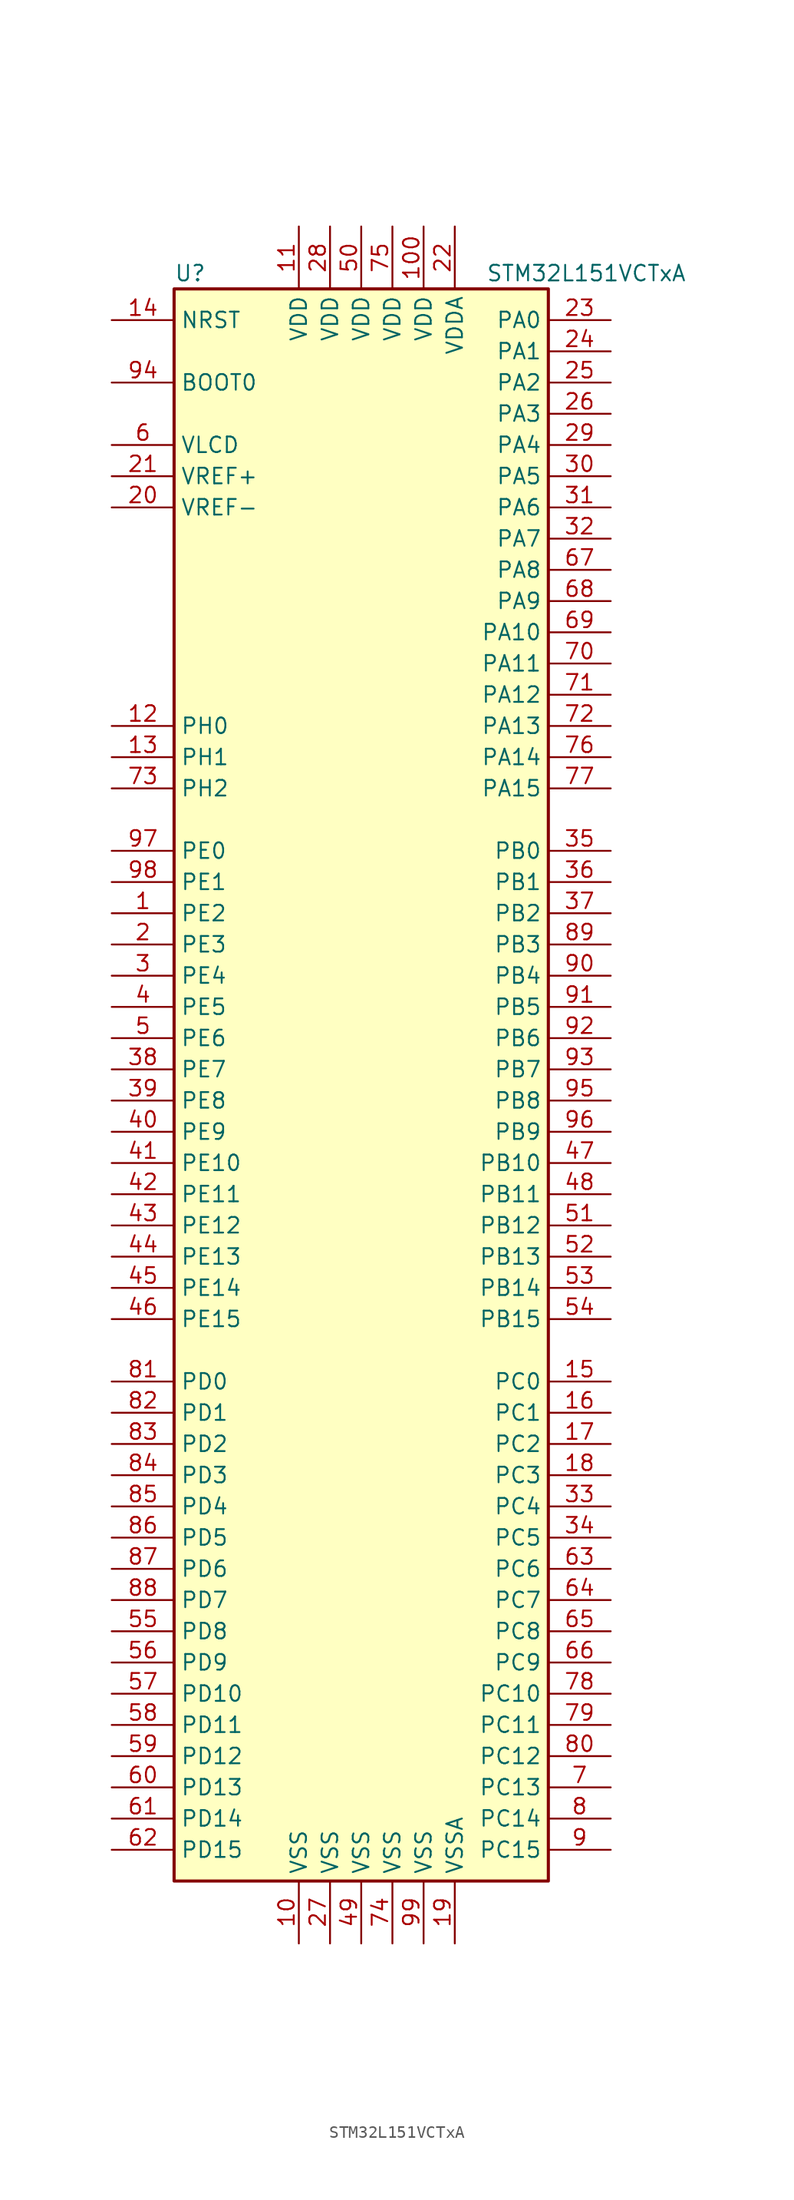
<source format=kicad_sym>
(kicad_symbol_lib
  (version 20201005)
  (generator kicad_symbol_editor)
  (symbol "STM32L151VCTxA"
    (property "Reference" "U"
      (at -15.24 64.77 0)
      (effects (font (size 1.27 1.27)) (justify left)))
    (property "Value" "STM32L151VCTxA"
      (at 10.16 64.77 0)
      (effects (font (size 1.27 1.27)) (justify left)))
    (symbol "STM32L151VCTxA_0_1"
      (rectangle (start -15.24 -66.04) (end 15.24 63.5) (stroke (width 0.254)) (fill (type background))))
    (symbol "STM32L151VCTxA_1_1"
      (pin input line (at -20.32 55.88 0) (length 5.08) (name "BOOT0" (effects (font (size 1.27 1.27)))) (number "94" (effects (font (size 1.27 1.27)))))
      (pin input line (at -20.32 60.96 0) (length 5.08) (name "NRST" (effects (font (size 1.27 1.27)))) (number "14" (effects (font (size 1.27 1.27)))))
      (pin bidirectional line (at 20.32 60.96 180) (length 5.08) (name "PA0" (effects (font (size 1.27 1.27)))) (number "23" (effects (font (size 1.27 1.27)))))
      (pin bidirectional line (at 20.32 58.42 180) (length 5.08) (name "PA1" (effects (font (size 1.27 1.27)))) (number "24" (effects (font (size 1.27 1.27)))))
      (pin bidirectional line (at 20.32 35.56 180) (length 5.08) (name "PA10" (effects (font (size 1.27 1.27)))) (number "69" (effects (font (size 1.27 1.27)))))
      (pin bidirectional line (at 20.32 33.02 180) (length 5.08) (name "PA11" (effects (font (size 1.27 1.27)))) (number "70" (effects (font (size 1.27 1.27)))))
      (pin bidirectional line (at 20.32 30.48 180) (length 5.08) (name "PA12" (effects (font (size 1.27 1.27)))) (number "71" (effects (font (size 1.27 1.27)))))
      (pin bidirectional line (at 20.32 27.94 180) (length 5.08) (name "PA13" (effects (font (size 1.27 1.27)))) (number "72" (effects (font (size 1.27 1.27)))))
      (pin bidirectional line (at 20.32 25.4 180) (length 5.08) (name "PA14" (effects (font (size 1.27 1.27)))) (number "76" (effects (font (size 1.27 1.27)))))
      (pin bidirectional line (at 20.32 22.86 180) (length 5.08) (name "PA15" (effects (font (size 1.27 1.27)))) (number "77" (effects (font (size 1.27 1.27)))))
      (pin bidirectional line (at 20.32 55.88 180) (length 5.08) (name "PA2" (effects (font (size 1.27 1.27)))) (number "25" (effects (font (size 1.27 1.27)))))
      (pin bidirectional line (at 20.32 53.34 180) (length 5.08) (name "PA3" (effects (font (size 1.27 1.27)))) (number "26" (effects (font (size 1.27 1.27)))))
      (pin bidirectional line (at 20.32 50.8 180) (length 5.08) (name "PA4" (effects (font (size 1.27 1.27)))) (number "29" (effects (font (size 1.27 1.27)))))
      (pin bidirectional line (at 20.32 48.26 180) (length 5.08) (name "PA5" (effects (font (size 1.27 1.27)))) (number "30" (effects (font (size 1.27 1.27)))))
      (pin bidirectional line (at 20.32 45.72 180) (length 5.08) (name "PA6" (effects (font (size 1.27 1.27)))) (number "31" (effects (font (size 1.27 1.27)))))
      (pin bidirectional line (at 20.32 43.18 180) (length 5.08) (name "PA7" (effects (font (size 1.27 1.27)))) (number "32" (effects (font (size 1.27 1.27)))))
      (pin bidirectional line (at 20.32 40.64 180) (length 5.08) (name "PA8" (effects (font (size 1.27 1.27)))) (number "67" (effects (font (size 1.27 1.27)))))
      (pin bidirectional line (at 20.32 38.1 180) (length 5.08) (name "PA9" (effects (font (size 1.27 1.27)))) (number "68" (effects (font (size 1.27 1.27)))))
      (pin bidirectional line (at 20.32 17.78 180) (length 5.08) (name "PB0" (effects (font (size 1.27 1.27)))) (number "35" (effects (font (size 1.27 1.27)))))
      (pin bidirectional line (at 20.32 15.24 180) (length 5.08) (name "PB1" (effects (font (size 1.27 1.27)))) (number "36" (effects (font (size 1.27 1.27)))))
      (pin bidirectional line (at 20.32 -7.62 180) (length 5.08) (name "PB10" (effects (font (size 1.27 1.27)))) (number "47" (effects (font (size 1.27 1.27)))))
      (pin bidirectional line (at 20.32 -10.16 180) (length 5.08) (name "PB11" (effects (font (size 1.27 1.27)))) (number "48" (effects (font (size 1.27 1.27)))))
      (pin bidirectional line (at 20.32 -12.7 180) (length 5.08) (name "PB12" (effects (font (size 1.27 1.27)))) (number "51" (effects (font (size 1.27 1.27)))))
      (pin bidirectional line (at 20.32 -15.24 180) (length 5.08) (name "PB13" (effects (font (size 1.27 1.27)))) (number "52" (effects (font (size 1.27 1.27)))))
      (pin bidirectional line (at 20.32 -17.78 180) (length 5.08) (name "PB14" (effects (font (size 1.27 1.27)))) (number "53" (effects (font (size 1.27 1.27)))))
      (pin bidirectional line (at 20.32 -20.32 180) (length 5.08) (name "PB15" (effects (font (size 1.27 1.27)))) (number "54" (effects (font (size 1.27 1.27)))))
      (pin bidirectional line (at 20.32 12.7 180) (length 5.08) (name "PB2" (effects (font (size 1.27 1.27)))) (number "37" (effects (font (size 1.27 1.27)))))
      (pin bidirectional line (at 20.32 10.16 180) (length 5.08) (name "PB3" (effects (font (size 1.27 1.27)))) (number "89" (effects (font (size 1.27 1.27)))))
      (pin bidirectional line (at 20.32 7.62 180) (length 5.08) (name "PB4" (effects (font (size 1.27 1.27)))) (number "90" (effects (font (size 1.27 1.27)))))
      (pin bidirectional line (at 20.32 5.08 180) (length 5.08) (name "PB5" (effects (font (size 1.27 1.27)))) (number "91" (effects (font (size 1.27 1.27)))))
      (pin bidirectional line (at 20.32 2.54 180) (length 5.08) (name "PB6" (effects (font (size 1.27 1.27)))) (number "92" (effects (font (size 1.27 1.27)))))
      (pin bidirectional line (at 20.32 0 180) (length 5.08) (name "PB7" (effects (font (size 1.27 1.27)))) (number "93" (effects (font (size 1.27 1.27)))))
      (pin bidirectional line (at 20.32 -2.54 180) (length 5.08) (name "PB8" (effects (font (size 1.27 1.27)))) (number "95" (effects (font (size 1.27 1.27)))))
      (pin bidirectional line (at 20.32 -5.08 180) (length 5.08) (name "PB9" (effects (font (size 1.27 1.27)))) (number "96" (effects (font (size 1.27 1.27)))))
      (pin bidirectional line (at 20.32 -25.4 180) (length 5.08) (name "PC0" (effects (font (size 1.27 1.27)))) (number "15" (effects (font (size 1.27 1.27)))))
      (pin bidirectional line (at 20.32 -27.94 180) (length 5.08) (name "PC1" (effects (font (size 1.27 1.27)))) (number "16" (effects (font (size 1.27 1.27)))))
      (pin bidirectional line (at 20.32 -50.8 180) (length 5.08) (name "PC10" (effects (font (size 1.27 1.27)))) (number "78" (effects (font (size 1.27 1.27)))))
      (pin bidirectional line (at 20.32 -53.34 180) (length 5.08) (name "PC11" (effects (font (size 1.27 1.27)))) (number "79" (effects (font (size 1.27 1.27)))))
      (pin bidirectional line (at 20.32 -55.88 180) (length 5.08) (name "PC12" (effects (font (size 1.27 1.27)))) (number "80" (effects (font (size 1.27 1.27)))))
      (pin bidirectional line (at 20.32 -58.42 180) (length 5.08) (name "PC13" (effects (font (size 1.27 1.27)))) (number "7" (effects (font (size 1.27 1.27)))))
      (pin bidirectional line (at 20.32 -60.96 180) (length 5.08) (name "PC14" (effects (font (size 1.27 1.27)))) (number "8" (effects (font (size 1.27 1.27)))))
      (pin bidirectional line (at 20.32 -63.5 180) (length 5.08) (name "PC15" (effects (font (size 1.27 1.27)))) (number "9" (effects (font (size 1.27 1.27)))))
      (pin bidirectional line (at 20.32 -30.48 180) (length 5.08) (name "PC2" (effects (font (size 1.27 1.27)))) (number "17" (effects (font (size 1.27 1.27)))))
      (pin bidirectional line (at 20.32 -33.02 180) (length 5.08) (name "PC3" (effects (font (size 1.27 1.27)))) (number "18" (effects (font (size 1.27 1.27)))))
      (pin bidirectional line (at 20.32 -35.56 180) (length 5.08) (name "PC4" (effects (font (size 1.27 1.27)))) (number "33" (effects (font (size 1.27 1.27)))))
      (pin bidirectional line (at 20.32 -38.1 180) (length 5.08) (name "PC5" (effects (font (size 1.27 1.27)))) (number "34" (effects (font (size 1.27 1.27)))))
      (pin bidirectional line (at 20.32 -40.64 180) (length 5.08) (name "PC6" (effects (font (size 1.27 1.27)))) (number "63" (effects (font (size 1.27 1.27)))))
      (pin bidirectional line (at 20.32 -43.18 180) (length 5.08) (name "PC7" (effects (font (size 1.27 1.27)))) (number "64" (effects (font (size 1.27 1.27)))))
      (pin bidirectional line (at 20.32 -45.72 180) (length 5.08) (name "PC8" (effects (font (size 1.27 1.27)))) (number "65" (effects (font (size 1.27 1.27)))))
      (pin bidirectional line (at 20.32 -48.26 180) (length 5.08) (name "PC9" (effects (font (size 1.27 1.27)))) (number "66" (effects (font (size 1.27 1.27)))))
      (pin bidirectional line (at -20.32 -25.4 0) (length 5.08) (name "PD0" (effects (font (size 1.27 1.27)))) (number "81" (effects (font (size 1.27 1.27)))))
      (pin bidirectional line (at -20.32 -27.94 0) (length 5.08) (name "PD1" (effects (font (size 1.27 1.27)))) (number "82" (effects (font (size 1.27 1.27)))))
      (pin bidirectional line (at -20.32 -50.8 0) (length 5.08) (name "PD10" (effects (font (size 1.27 1.27)))) (number "57" (effects (font (size 1.27 1.27)))))
      (pin bidirectional line (at -20.32 -53.34 0) (length 5.08) (name "PD11" (effects (font (size 1.27 1.27)))) (number "58" (effects (font (size 1.27 1.27)))))
      (pin bidirectional line (at -20.32 -55.88 0) (length 5.08) (name "PD12" (effects (font (size 1.27 1.27)))) (number "59" (effects (font (size 1.27 1.27)))))
      (pin bidirectional line (at -20.32 -58.42 0) (length 5.08) (name "PD13" (effects (font (size 1.27 1.27)))) (number "60" (effects (font (size 1.27 1.27)))))
      (pin bidirectional line (at -20.32 -60.96 0) (length 5.08) (name "PD14" (effects (font (size 1.27 1.27)))) (number "61" (effects (font (size 1.27 1.27)))))
      (pin bidirectional line (at -20.32 -63.5 0) (length 5.08) (name "PD15" (effects (font (size 1.27 1.27)))) (number "62" (effects (font (size 1.27 1.27)))))
      (pin bidirectional line (at -20.32 -30.48 0) (length 5.08) (name "PD2" (effects (font (size 1.27 1.27)))) (number "83" (effects (font (size 1.27 1.27)))))
      (pin bidirectional line (at -20.32 -33.02 0) (length 5.08) (name "PD3" (effects (font (size 1.27 1.27)))) (number "84" (effects (font (size 1.27 1.27)))))
      (pin bidirectional line (at -20.32 -35.56 0) (length 5.08) (name "PD4" (effects (font (size 1.27 1.27)))) (number "85" (effects (font (size 1.27 1.27)))))
      (pin bidirectional line (at -20.32 -38.1 0) (length 5.08) (name "PD5" (effects (font (size 1.27 1.27)))) (number "86" (effects (font (size 1.27 1.27)))))
      (pin bidirectional line (at -20.32 -40.64 0) (length 5.08) (name "PD6" (effects (font (size 1.27 1.27)))) (number "87" (effects (font (size 1.27 1.27)))))
      (pin bidirectional line (at -20.32 -43.18 0) (length 5.08) (name "PD7" (effects (font (size 1.27 1.27)))) (number "88" (effects (font (size 1.27 1.27)))))
      (pin bidirectional line (at -20.32 -45.72 0) (length 5.08) (name "PD8" (effects (font (size 1.27 1.27)))) (number "55" (effects (font (size 1.27 1.27)))))
      (pin bidirectional line (at -20.32 -48.26 0) (length 5.08) (name "PD9" (effects (font (size 1.27 1.27)))) (number "56" (effects (font (size 1.27 1.27)))))
      (pin bidirectional line (at -20.32 17.78 0) (length 5.08) (name "PE0" (effects (font (size 1.27 1.27)))) (number "97" (effects (font (size 1.27 1.27)))))
      (pin bidirectional line (at -20.32 15.24 0) (length 5.08) (name "PE1" (effects (font (size 1.27 1.27)))) (number "98" (effects (font (size 1.27 1.27)))))
      (pin bidirectional line (at -20.32 -7.62 0) (length 5.08) (name "PE10" (effects (font (size 1.27 1.27)))) (number "41" (effects (font (size 1.27 1.27)))))
      (pin bidirectional line (at -20.32 -10.16 0) (length 5.08) (name "PE11" (effects (font (size 1.27 1.27)))) (number "42" (effects (font (size 1.27 1.27)))))
      (pin bidirectional line (at -20.32 -12.7 0) (length 5.08) (name "PE12" (effects (font (size 1.27 1.27)))) (number "43" (effects (font (size 1.27 1.27)))))
      (pin bidirectional line (at -20.32 -15.24 0) (length 5.08) (name "PE13" (effects (font (size 1.27 1.27)))) (number "44" (effects (font (size 1.27 1.27)))))
      (pin bidirectional line (at -20.32 -17.78 0) (length 5.08) (name "PE14" (effects (font (size 1.27 1.27)))) (number "45" (effects (font (size 1.27 1.27)))))
      (pin bidirectional line (at -20.32 -20.32 0) (length 5.08) (name "PE15" (effects (font (size 1.27 1.27)))) (number "46" (effects (font (size 1.27 1.27)))))
      (pin bidirectional line (at -20.32 12.7 0) (length 5.08) (name "PE2" (effects (font (size 1.27 1.27)))) (number "1" (effects (font (size 1.27 1.27)))))
      (pin bidirectional line (at -20.32 10.16 0) (length 5.08) (name "PE3" (effects (font (size 1.27 1.27)))) (number "2" (effects (font (size 1.27 1.27)))))
      (pin bidirectional line (at -20.32 7.62 0) (length 5.08) (name "PE4" (effects (font (size 1.27 1.27)))) (number "3" (effects (font (size 1.27 1.27)))))
      (pin bidirectional line (at -20.32 5.08 0) (length 5.08) (name "PE5" (effects (font (size 1.27 1.27)))) (number "4" (effects (font (size 1.27 1.27)))))
      (pin bidirectional line (at -20.32 2.54 0) (length 5.08) (name "PE6" (effects (font (size 1.27 1.27)))) (number "5" (effects (font (size 1.27 1.27)))))
      (pin bidirectional line (at -20.32 0 0) (length 5.08) (name "PE7" (effects (font (size 1.27 1.27)))) (number "38" (effects (font (size 1.27 1.27)))))
      (pin bidirectional line (at -20.32 -2.54 0) (length 5.08) (name "PE8" (effects (font (size 1.27 1.27)))) (number "39" (effects (font (size 1.27 1.27)))))
      (pin bidirectional line (at -20.32 -5.08 0) (length 5.08) (name "PE9" (effects (font (size 1.27 1.27)))) (number "40" (effects (font (size 1.27 1.27)))))
      (pin input line (at -20.32 27.94 0) (length 5.08) (name "PH0" (effects (font (size 1.27 1.27)))) (number "12" (effects (font (size 1.27 1.27)))))
      (pin input line (at -20.32 25.4 0) (length 5.08) (name "PH1" (effects (font (size 1.27 1.27)))) (number "13" (effects (font (size 1.27 1.27)))))
      (pin bidirectional line (at -20.32 22.86 0) (length 5.08) (name "PH2" (effects (font (size 1.27 1.27)))) (number "73" (effects (font (size 1.27 1.27)))))
      (pin power_in line (at 5.08 68.58 270) (length 5.08) (name "VDD" (effects (font (size 1.27 1.27)))) (number "100" (effects (font (size 1.27 1.27)))))
      (pin power_in line (at -5.08 68.58 270) (length 5.08) (name "VDD" (effects (font (size 1.27 1.27)))) (number "11" (effects (font (size 1.27 1.27)))))
      (pin power_in line (at -2.54 68.58 270) (length 5.08) (name "VDD" (effects (font (size 1.27 1.27)))) (number "28" (effects (font (size 1.27 1.27)))))
      (pin power_in line (at 0 68.58 270) (length 5.08) (name "VDD" (effects (font (size 1.27 1.27)))) (number "50" (effects (font (size 1.27 1.27)))))
      (pin power_in line (at 2.54 68.58 270) (length 5.08) (name "VDD" (effects (font (size 1.27 1.27)))) (number "75" (effects (font (size 1.27 1.27)))))
      (pin power_in line (at 7.62 68.58 270) (length 5.08) (name "VDDA" (effects (font (size 1.27 1.27)))) (number "22" (effects (font (size 1.27 1.27)))))
      (pin power_in line (at -20.32 50.8 0) (length 5.08) (name "VLCD" (effects (font (size 1.27 1.27)))) (number "6" (effects (font (size 1.27 1.27)))))
      (pin power_in line (at -20.32 48.26 0) (length 5.08) (name "VREF+" (effects (font (size 1.27 1.27)))) (number "21" (effects (font (size 1.27 1.27)))))
      (pin power_in line (at -20.32 45.72 0) (length 5.08) (name "VREF-" (effects (font (size 1.27 1.27)))) (number "20" (effects (font (size 1.27 1.27)))))
      (pin power_in line (at -5.08 -71.12 90) (length 5.08) (name "VSS" (effects (font (size 1.27 1.27)))) (number "10" (effects (font (size 1.27 1.27)))))
      (pin power_in line (at -2.54 -71.12 90) (length 5.08) (name "VSS" (effects (font (size 1.27 1.27)))) (number "27" (effects (font (size 1.27 1.27)))))
      (pin power_in line (at 0 -71.12 90) (length 5.08) (name "VSS" (effects (font (size 1.27 1.27)))) (number "49" (effects (font (size 1.27 1.27)))))
      (pin power_in line (at 2.54 -71.12 90) (length 5.08) (name "VSS" (effects (font (size 1.27 1.27)))) (number "74" (effects (font (size 1.27 1.27)))))
      (pin power_in line (at 5.08 -71.12 90) (length 5.08) (name "VSS" (effects (font (size 1.27 1.27)))) (number "99" (effects (font (size 1.27 1.27)))))
      (pin power_in line (at 7.62 -71.12 90) (length 5.08) (name "VSSA" (effects (font (size 1.27 1.27)))) (number "19" (effects (font (size 1.27 1.27))))))))
</source>
